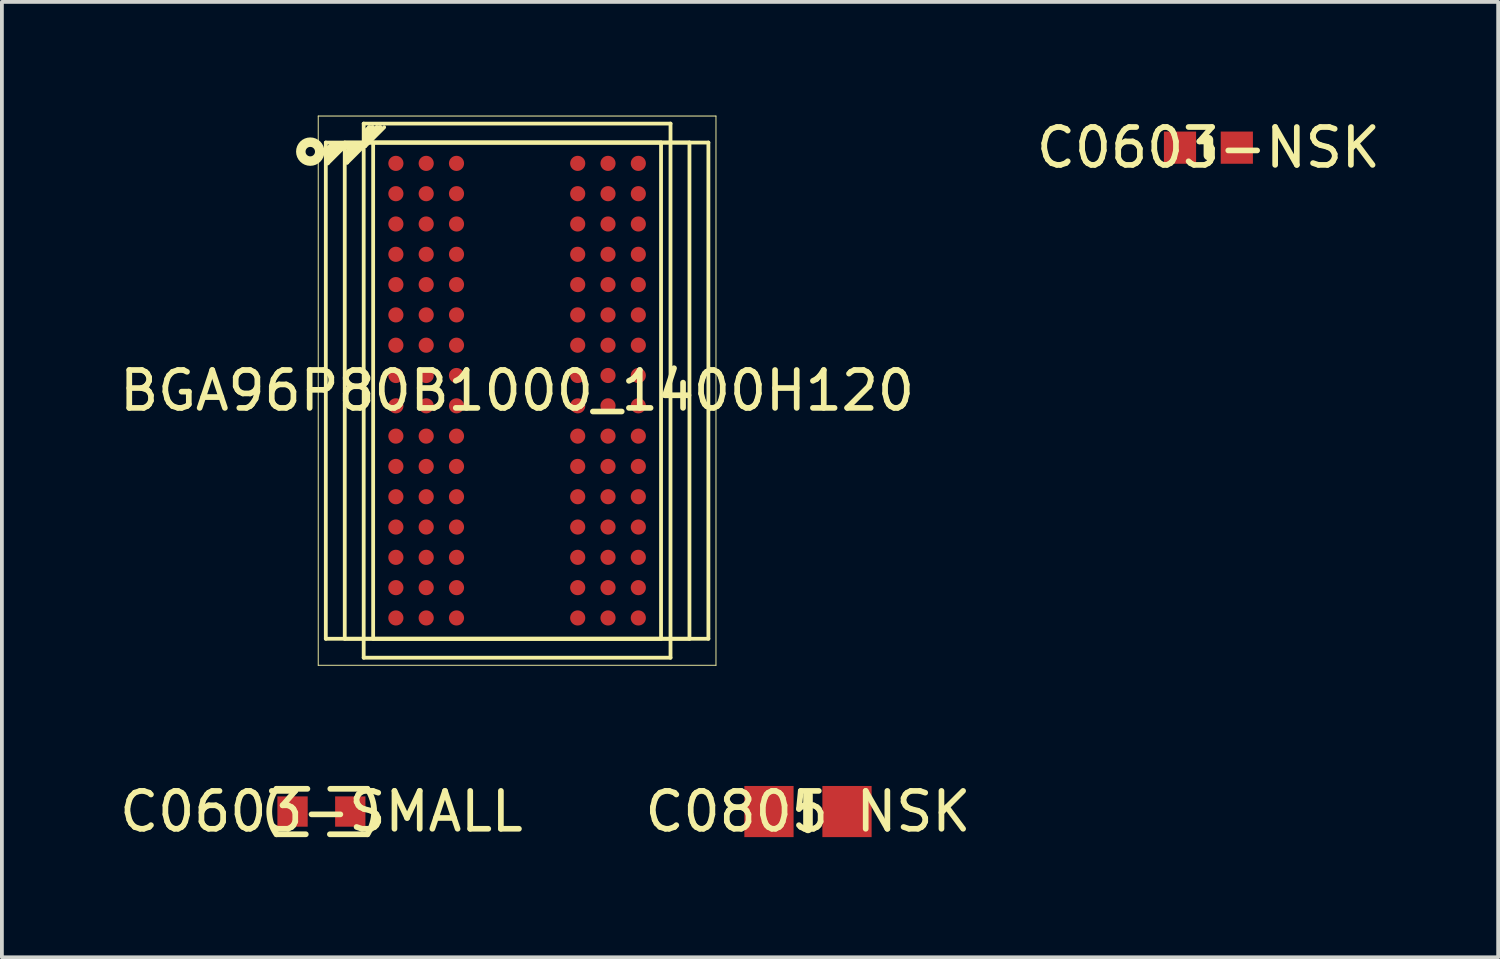
<source format=kicad_pcb>
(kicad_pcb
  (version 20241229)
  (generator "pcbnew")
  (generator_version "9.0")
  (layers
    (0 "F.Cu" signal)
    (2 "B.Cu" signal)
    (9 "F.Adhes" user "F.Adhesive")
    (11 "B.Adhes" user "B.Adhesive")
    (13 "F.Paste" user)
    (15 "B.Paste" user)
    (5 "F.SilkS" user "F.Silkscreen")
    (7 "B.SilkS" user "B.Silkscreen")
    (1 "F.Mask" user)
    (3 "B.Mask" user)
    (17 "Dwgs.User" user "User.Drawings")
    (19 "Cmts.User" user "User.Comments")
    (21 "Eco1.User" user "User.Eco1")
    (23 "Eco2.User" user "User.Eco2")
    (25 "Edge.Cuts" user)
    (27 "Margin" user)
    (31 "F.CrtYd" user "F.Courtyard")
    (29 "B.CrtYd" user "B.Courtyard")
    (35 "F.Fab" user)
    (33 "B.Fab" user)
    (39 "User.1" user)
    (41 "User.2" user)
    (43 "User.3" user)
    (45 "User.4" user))
  (footprint "C0603-NSK"
    (layer "F.Cu")
    (at 28.851 0.848)
    (property "Reference" "C0603-NSK" (at 0 0 0) (layer "F.SilkS") (effects (font (size 1 1) (thickness 0.15))))
    (fp_line (start 0 -0.21) (end 0 0.205) (stroke (width 0.254) (type default)) (layer "F.SilkS"))
    (fp_poly (pts (xy -0.8 0.4) (xy -0.8 -0.4) (xy -0.5 -0.4) (xy -0.5 0.4)) (stroke (width 0.1) (type default)) (fill no) (layer "User.1"))
    (fp_poly (pts (xy 0.8 0.4) (xy 0.8 -0.4) (xy 0.5 -0.4) (xy 0.5 0.4)) (stroke (width 0.1) (type default)) (fill no) (layer "User.1"))
    (fp_line (start -0.8 -0.4) (end 0.8 -0.4) (stroke (width 0.051) (type default)) (layer "User.2"))
    (fp_line (start -0.8 0.4) (end -0.8 -0.4) (stroke (width 0.051) (type default)) (layer "User.2"))
    (fp_line (start 0.8 -0.4) (end 0.8 0.4) (stroke (width 0.051) (type default)) (layer "User.2"))
    (fp_line (start 0.8 0.4) (end -0.8 0.4) (stroke (width 0.051) (type default)) (layer "User.2"))
    (fp_poly (pts (xy -0.74 0.4) (xy -0.758 0.358) (xy -0.8 0.34) (xy -0.842 0.358) (xy -0.86 0.4) (xy -0.842 0.442) (xy -0.8 0.46) (xy -0.758 0.442)) (stroke (width 0.1) (type default)) (fill no) (layer "User.3"))
    (pad "1" smd rect (at -0.75 0) (size 0.85 0.85) (layers "F.Cu" "F.Mask" "F.Paste"))
    (pad "2" smd rect (at 0.75 0) (size 0.85 0.85) (layers "F.Cu" "F.Mask" "F.Paste")))
  (footprint "C0603-SMALL"
    (layer "F.Cu")
    (at 5.435 18.374)
    (property "Reference" "C0603-SMALL" (at 0 0 0) (layer "F.SilkS") (effects (font (size 1 1) (thickness 0.15))))
    (fp_line (start -1.185 -0.6) (end -0.371 -0.6) (stroke (width 0.152) (type default)) (layer "F.SilkS"))
    (fp_line (start -1.185 0.6) (end -0.413 0.6) (stroke (width 0.152) (type default)) (layer "F.SilkS"))
    (fp_line (start 0.224 0.6) (end 1.214 0.6) (stroke (width 0.152) (type default)) (layer "F.SilkS"))
    (fp_line (start 0.235 -0.6) (end 1.214 -0.6) (stroke (width 0.152) (type default)) (layer "F.SilkS"))
    (fp_arc (start -1.186 0.6) (mid -1.377537 0) (end -1.186 -0.6) (stroke (width 0.1525) (type default)) (layer "F.SilkS"))
    (fp_arc (start 1.2135 -0.5995) (mid 1.391104 0) (end 1.2135 0.5995) (stroke (width 0.1525) (type default)) (layer "F.SilkS"))
    (pad "1" smd rect (at -0.762 0) (size 0.8 0.8) (layers "F.Cu" "F.Mask" "F.Paste"))
    (pad "2" smd rect (at 0.762 0) (size 0.8 0.8) (layers "F.Cu" "F.Mask" "F.Paste")))
  (footprint "C0805 NSK"
    (layer "F.Cu")
    (at 18.28 18.374)
    (property "Reference" "C0805 NSK" (at 0 0 0) (layer "F.SilkS") (effects (font (size 1 1) (thickness 0.15))))
    (fp_line (start 0 -0.445) (end 0 0.445) (stroke (width 0.254) (type default)) (layer "F.SilkS"))
    (fp_poly (pts (xy -1.675 0.62) (xy -1.675 -0.66) (xy -1.625 -0.71) (xy -0.475 -0.71) (xy -0.425 -0.66) (xy -0.42 -0.25) (xy -0.87 -0.25) (xy -0.87 0.2) (xy -0.43 0.2) (xy -0.425 0.62) (xy -0.475 0.67) (xy -1.625 0.67)) (stroke (width 0) (type default)) (fill yes) (layer "F.Paste"))
    (fp_poly (pts (xy 0.475 0.62) (xy 0.475 0.2) (xy 0.92 0.2) (xy 0.92 -0.25) (xy 0.48 -0.25) (xy 0.475 -0.66) (xy 0.525 -0.71) (xy 1.675 -0.71) (xy 1.725 -0.66) (xy 1.725 0.62) (xy 1.675 0.67) (xy 0.525 0.67)) (stroke (width 0) (type default)) (fill yes) (layer "F.Paste"))
    (fp_poly (pts (xy -1 0.625) (xy -1 -0.625) (xy -0.5 -0.625) (xy -0.5 0.625)) (stroke (width 0.1) (type default)) (fill no) (layer "User.1"))
    (fp_poly (pts (xy 1 -0.625) (xy 1 0.625) (xy 0.5 0.625) (xy 0.5 -0.625)) (stroke (width 0.1) (type default)) (fill no) (layer "User.1"))
    (fp_line (start -1 -0.625) (end 1 -0.625) (stroke (width 0.051) (type default)) (layer "User.2"))
    (fp_line (start -1 0.625) (end -1 -0.625) (stroke (width 0.051) (type default)) (layer "User.2"))
    (fp_line (start 1 -0.625) (end 1 0.625) (stroke (width 0.051) (type default)) (layer "User.2"))
    (fp_line (start 1 0.625) (end -1 0.625) (stroke (width 0.051) (type default)) (layer "User.2"))
    (fp_poly (pts (xy -0.94 0.625) (xy -0.958 0.583) (xy -1 0.565) (xy -1.042 0.583) (xy -1.06 0.625) (xy -1.042 0.667) (xy -1 0.685) (xy -0.958 0.667)) (stroke (width 0.1) (type default)) (fill no) (layer "User.3"))
    (pad "1" smd rect (at -1.03 0) (size 1.3 1.35) (layers "F.Cu" "F.Mask" "F.Paste"))
    (pad "2" smd rect (at 1.03 0) (size 1.3 1.35) (layers "F.Cu" "F.Mask" "F.Paste")))
  (footprint "BGA96P80B1000_1400H120"
    (layer "F.Cu")
    (at 10.601 7.263)
    (property "Reference" "BGA96P80B1000_1400H120" (at 0 0 0) (layer "F.SilkS") (effects (font (size 1 1) (thickness 0.15))))
    (fp_line (start -5.25 -7.25) (end -5.25 7.25) (stroke (width 0.025) (type default)) (layer "F.SilkS"))
    (fp_line (start -5.05 -6.55) (end -5.05 6.55) (stroke (width 0.1) (type default)) (layer "F.SilkS"))
    (fp_line (start -5 -6.3) (end -5 -6.2) (stroke (width 0.1) (type default)) (layer "F.SilkS"))
    (fp_line (start -5 -6.1) (end -5 -6) (stroke (width 0.1) (type default)) (layer "F.SilkS"))
    (fp_line (start -4.9 -6.5) (end -5 -6.4) (stroke (width 0.1) (type default)) (layer "F.SilkS"))
    (fp_line (start -4.8 -6.5) (end -5 -6.3) (stroke (width 0.1) (type default)) (layer "F.SilkS"))
    (fp_line (start -4.8 -6.5) (end -4.9 -6.5) (stroke (width 0.1) (type default)) (layer "F.SilkS"))
    (fp_line (start -4.7 -6.5) (end -5 -6.2) (stroke (width 0.1) (type default)) (layer "F.SilkS"))
    (fp_line (start -4.6 -6.5) (end -5 -6.1) (stroke (width 0.1) (type default)) (layer "F.SilkS"))
    (fp_line (start -4.6 -6.5) (end -4.7 -6.5) (stroke (width 0.1) (type default)) (layer "F.SilkS"))
    (fp_line (start -4.55 -6.55) (end -4.55 6.55) (stroke (width 0.1) (type default)) (layer "F.SilkS"))
    (fp_line (start -4.5 -6.5) (end -5 -6) (stroke (width 0.1) (type default)) (layer "F.SilkS"))
    (fp_line (start -4.487 -6.319) (end -4.487 -6.218) (stroke (width 0.1) (type default)) (layer "F.SilkS"))
    (fp_line (start -4.487 -6.119) (end -4.487 -6.019) (stroke (width 0.1) (type default)) (layer "F.SilkS"))
    (fp_line (start -4.386 -6.519) (end -4.487 -6.418) (stroke (width 0.1) (type default)) (layer "F.SilkS"))
    (fp_line (start -4.287 -6.519) (end -4.487 -6.319) (stroke (width 0.1) (type default)) (layer "F.SilkS"))
    (fp_line (start -4.287 -6.519) (end -4.386 -6.519) (stroke (width 0.1) (type default)) (layer "F.SilkS"))
    (fp_line (start -4.186 -6.519) (end -4.487 -6.218) (stroke (width 0.1) (type default)) (layer "F.SilkS"))
    (fp_line (start -4.087 -6.519) (end -4.487 -6.119) (stroke (width 0.1) (type default)) (layer "F.SilkS"))
    (fp_line (start -4.087 -6.519) (end -4.186 -6.519) (stroke (width 0.1) (type default)) (layer "F.SilkS"))
    (fp_line (start -4.05 -7.05) (end -4.05 7.05) (stroke (width 0.1) (type default)) (layer "F.SilkS"))
    (fp_line (start -4.009 -6.754) (end -4.009 -6.654) (stroke (width 0.1) (type default)) (layer "F.SilkS"))
    (fp_line (start -4.009 -6.554) (end -4.009 -6.454) (stroke (width 0.1) (type default)) (layer "F.SilkS"))
    (fp_line (start -3.986 -6.519) (end -4.487 -6.019) (stroke (width 0.1) (type default)) (layer "F.SilkS"))
    (fp_line (start -3.909 -6.954) (end -4.009 -6.854) (stroke (width 0.1) (type default)) (layer "F.SilkS"))
    (fp_line (start -3.809 -6.954) (end -4.009 -6.754) (stroke (width 0.1) (type default)) (layer "F.SilkS"))
    (fp_line (start -3.809 -6.954) (end -3.909 -6.954) (stroke (width 0.1) (type default)) (layer "F.SilkS"))
    (fp_line (start -3.8 -6.55) (end -3.8 6.55) (stroke (width 0.1) (type default)) (layer "F.SilkS"))
    (fp_line (start -3.709 -6.954) (end -4.009 -6.654) (stroke (width 0.1) (type default)) (layer "F.SilkS"))
    (fp_line (start -3.609 -6.954) (end -4.009 -6.554) (stroke (width 0.1) (type default)) (layer "F.SilkS"))
    (fp_line (start -3.609 -6.954) (end -3.709 -6.954) (stroke (width 0.1) (type default)) (layer "F.SilkS"))
    (fp_line (start -3.509 -6.954) (end -4.009 -6.454) (stroke (width 0.1) (type default)) (layer "F.SilkS"))
    (fp_line (start 3.8 -6.55) (end -3.8 -6.55) (stroke (width 0.1) (type default)) (layer "F.SilkS"))
    (fp_line (start 3.8 -6.55) (end 3.8 6.55) (stroke (width 0.1) (type default)) (layer "F.SilkS"))
    (fp_line (start 3.8 6.55) (end -3.8 6.55) (stroke (width 0.1) (type default)) (layer "F.SilkS"))
    (fp_line (start 4.05 -7.05) (end -4.05 -7.05) (stroke (width 0.1) (type default)) (layer "F.SilkS"))
    (fp_line (start 4.05 -7.05) (end 4.05 7.05) (stroke (width 0.1) (type default)) (layer "F.SilkS"))
    (fp_line (start 4.05 7.05) (end -4.05 7.05) (stroke (width 0.1) (type default)) (layer "F.SilkS"))
    (fp_line (start 4.55 -6.55) (end -4.55 -6.55) (stroke (width 0.1) (type default)) (layer "F.SilkS"))
    (fp_line (start 4.55 -6.55) (end 4.55 6.55) (stroke (width 0.1) (type default)) (layer "F.SilkS"))
    (fp_line (start 4.55 6.55) (end -4.55 6.55) (stroke (width 0.1) (type default)) (layer "F.SilkS"))
    (fp_line (start 5.05 -6.55) (end -5.05 -6.55) (stroke (width 0.1) (type default)) (layer "F.SilkS"))
    (fp_line (start 5.05 -6.55) (end 5.05 6.55) (stroke (width 0.1) (type default)) (layer "F.SilkS"))
    (fp_line (start 5.05 6.55) (end -5.05 6.55) (stroke (width 0.1) (type default)) (layer "F.SilkS"))
    (fp_line (start 5.25 -7.25) (end -5.25 -7.25) (stroke (width 0.025) (type default)) (layer "F.SilkS"))
    (fp_line (start 5.25 -7.25) (end 5.25 7.25) (stroke (width 0.025) (type default)) (layer "F.SilkS"))
    (fp_line (start 5.25 7.25) (end -5.25 7.25) (stroke (width 0.025) (type default)) (layer "F.SilkS"))
    (fp_circle (center -5.46 -6.31) (end -5.21 -6.31) (stroke (width 0.25) (type default)) (fill no) (layer "F.SilkS"))
    (fp_line (start -5.25 -7.25) (end -5.25 7.25) (stroke (width 0.025) (type default)) (layer "User.1"))
    (fp_line (start -5.1 -7.1) (end -5.1 7.25) (stroke (width 0.025) (type default)) (layer "User.1"))
    (fp_line (start -5.1 7.25) (end -5.25 7.25) (stroke (width 0.025) (type default)) (layer "User.1"))
    (fp_line (start -5.05 -7.05) (end -5.05 7.05) (stroke (width 0.025) (type default)) (layer "User.1"))
    (fp_line (start -5.05 7.1) (end -5.05 7.25) (stroke (width 0.025) (type default)) (layer "User.1"))
    (fp_line (start 5.05 -7.05) (end -5.05 -7.05) (stroke (width 0.025) (type default)) (layer "User.1"))
    (fp_line (start 5.05 -7.05) (end 5.05 7.05) (stroke (width 0.025) (type default)) (layer "User.1"))
    (fp_line (start 5.05 7.05) (end -5.05 7.05) (stroke (width 0.025) (type default)) (layer "User.1"))
    (fp_line (start 5.1 -7.1) (end -5.1 -7.1) (stroke (width 0.025) (type default)) (layer "User.1"))
    (fp_line (start 5.1 -7.1) (end 5.1 7.1) (stroke (width 0.025) (type default)) (layer "User.1"))
    (fp_line (start 5.1 7.1) (end -5.05 7.1) (stroke (width 0.025) (type default)) (layer "User.1"))
    (fp_line (start 5.25 -7.25) (end -5.25 -7.25) (stroke (width 0.025) (type default)) (layer "User.1"))
    (fp_line (start 5.25 -7.25) (end 5.25 7.25) (stroke (width 0.025) (type default)) (layer "User.1"))
    (fp_line (start 5.25 7.25) (end -5.05 7.25) (stroke (width 0.025) (type default)) (layer "User.1"))
    (pad "A1" smd circle (at -3.2 -6) (size 0.4 0.4) (layers "F.Cu" "F.Mask" "F.Paste"))
    (pad "A2" smd circle (at -2.4 -6) (size 0.4 0.4) (layers "F.Cu" "F.Mask" "F.Paste"))
    (pad "A3" smd circle (at -1.6 -6) (size 0.4 0.4) (layers "F.Cu" "F.Mask" "F.Paste"))
    (pad "A7" smd circle (at 1.6 -6) (size 0.4 0.4) (layers "F.Cu" "F.Mask" "F.Paste"))
    (pad "A8" smd circle (at 2.4 -6) (size 0.4 0.4) (layers "F.Cu" "F.Mask" "F.Paste"))
    (pad "A9" smd circle (at 3.2 -6) (size 0.4 0.4) (layers "F.Cu" "F.Mask" "F.Paste"))
    (pad "B1" smd circle (at -3.2 -5.2) (size 0.4 0.4) (layers "F.Cu" "F.Mask" "F.Paste"))
    (pad "B2" smd circle (at -2.4 -5.2) (size 0.4 0.4) (layers "F.Cu" "F.Mask" "F.Paste"))
    (pad "B3" smd circle (at -1.6 -5.2) (size 0.4 0.4) (layers "F.Cu" "F.Mask" "F.Paste"))
    (pad "B7" smd circle (at 1.6 -5.2) (size 0.4 0.4) (layers "F.Cu" "F.Mask" "F.Paste"))
    (pad "B8" smd circle (at 2.4 -5.2) (size 0.4 0.4) (layers "F.Cu" "F.Mask" "F.Paste"))
    (pad "B9" smd circle (at 3.2 -5.2) (size 0.4 0.4) (layers "F.Cu" "F.Mask" "F.Paste"))
    (pad "C1" smd circle (at -3.2 -4.4) (size 0.4 0.4) (layers "F.Cu" "F.Mask" "F.Paste"))
    (pad "C2" smd circle (at -2.4 -4.4) (size 0.4 0.4) (layers "F.Cu" "F.Mask" "F.Paste"))
    (pad "C3" smd circle (at -1.6 -4.4) (size 0.4 0.4) (layers "F.Cu" "F.Mask" "F.Paste"))
    (pad "C7" smd circle (at 1.6 -4.4) (size 0.4 0.4) (layers "F.Cu" "F.Mask" "F.Paste"))
    (pad "C8" smd circle (at 2.4 -4.4) (size 0.4 0.4) (layers "F.Cu" "F.Mask" "F.Paste"))
    (pad "C9" smd circle (at 3.2 -4.4) (size 0.4 0.4) (layers "F.Cu" "F.Mask" "F.Paste"))
    (pad "D1" smd circle (at -3.2 -3.6) (size 0.4 0.4) (layers "F.Cu" "F.Mask" "F.Paste"))
    (pad "D2" smd circle (at -2.4 -3.6) (size 0.4 0.4) (layers "F.Cu" "F.Mask" "F.Paste"))
    (pad "D3" smd circle (at -1.6 -3.6) (size 0.4 0.4) (layers "F.Cu" "F.Mask" "F.Paste"))
    (pad "D7" smd circle (at 1.6 -3.6) (size 0.4 0.4) (layers "F.Cu" "F.Mask" "F.Paste"))
    (pad "D8" smd circle (at 2.4 -3.6) (size 0.4 0.4) (layers "F.Cu" "F.Mask" "F.Paste"))
    (pad "D9" smd circle (at 3.2 -3.6) (size 0.4 0.4) (layers "F.Cu" "F.Mask" "F.Paste"))
    (pad "E1" smd circle (at -3.2 -2.8) (size 0.4 0.4) (layers "F.Cu" "F.Mask" "F.Paste"))
    (pad "E2" smd circle (at -2.4 -2.8) (size 0.4 0.4) (layers "F.Cu" "F.Mask" "F.Paste"))
    (pad "E3" smd circle (at -1.6 -2.8) (size 0.4 0.4) (layers "F.Cu" "F.Mask" "F.Paste"))
    (pad "E7" smd circle (at 1.6 -2.8) (size 0.4 0.4) (layers "F.Cu" "F.Mask" "F.Paste"))
    (pad "E8" smd circle (at 2.4 -2.8) (size 0.4 0.4) (layers "F.Cu" "F.Mask" "F.Paste"))
    (pad "E9" smd circle (at 3.2 -2.8) (size 0.4 0.4) (layers "F.Cu" "F.Mask" "F.Paste"))
    (pad "F1" smd circle (at -3.2 -2) (size 0.4 0.4) (layers "F.Cu" "F.Mask" "F.Paste"))
    (pad "F2" smd circle (at -2.4 -2) (size 0.4 0.4) (layers "F.Cu" "F.Mask" "F.Paste"))
    (pad "F3" smd circle (at -1.6 -2) (size 0.4 0.4) (layers "F.Cu" "F.Mask" "F.Paste"))
    (pad "F7" smd circle (at 1.6 -2) (size 0.4 0.4) (layers "F.Cu" "F.Mask" "F.Paste"))
    (pad "F8" smd circle (at 2.4 -2) (size 0.4 0.4) (layers "F.Cu" "F.Mask" "F.Paste"))
    (pad "F9" smd circle (at 3.2 -2) (size 0.4 0.4) (layers "F.Cu" "F.Mask" "F.Paste"))
    (pad "G1" smd circle (at -3.2 -1.2) (size 0.4 0.4) (layers "F.Cu" "F.Mask" "F.Paste"))
    (pad "G2" smd circle (at -2.4 -1.2) (size 0.4 0.4) (layers "F.Cu" "F.Mask" "F.Paste"))
    (pad "G3" smd circle (at -1.6 -1.2) (size 0.4 0.4) (layers "F.Cu" "F.Mask" "F.Paste"))
    (pad "G7" smd circle (at 1.6 -1.2) (size 0.4 0.4) (layers "F.Cu" "F.Mask" "F.Paste"))
    (pad "G8" smd circle (at 2.4 -1.2) (size 0.4 0.4) (layers "F.Cu" "F.Mask" "F.Paste"))
    (pad "G9" smd circle (at 3.2 -1.2) (size 0.4 0.4) (layers "F.Cu" "F.Mask" "F.Paste"))
    (pad "H1" smd circle (at -3.2 -0.4) (size 0.4 0.4) (layers "F.Cu" "F.Mask" "F.Paste"))
    (pad "H2" smd circle (at -2.4 -0.4) (size 0.4 0.4) (layers "F.Cu" "F.Mask" "F.Paste"))
    (pad "H3" smd circle (at -1.6 -0.4) (size 0.4 0.4) (layers "F.Cu" "F.Mask" "F.Paste"))
    (pad "H7" smd circle (at 1.6 -0.4) (size 0.4 0.4) (layers "F.Cu" "F.Mask" "F.Paste"))
    (pad "H8" smd circle (at 2.4 -0.4) (size 0.4 0.4) (layers "F.Cu" "F.Mask" "F.Paste"))
    (pad "H9" smd circle (at 3.2 -0.4) (size 0.4 0.4) (layers "F.Cu" "F.Mask" "F.Paste"))
    (pad "J1" smd circle (at -3.2 0.4) (size 0.4 0.4) (layers "F.Cu" "F.Mask" "F.Paste"))
    (pad "J2" smd circle (at -2.4 0.4) (size 0.4 0.4) (layers "F.Cu" "F.Mask" "F.Paste"))
    (pad "J3" smd circle (at -1.6 0.4) (size 0.4 0.4) (layers "F.Cu" "F.Mask" "F.Paste"))
    (pad "J7" smd circle (at 1.6 0.4) (size 0.4 0.4) (layers "F.Cu" "F.Mask" "F.Paste"))
    (pad "J8" smd circle (at 2.4 0.4) (size 0.4 0.4) (layers "F.Cu" "F.Mask" "F.Paste"))
    (pad "J9" smd circle (at 3.2 0.4) (size 0.4 0.4) (layers "F.Cu" "F.Mask" "F.Paste"))
    (pad "K1" smd circle (at -3.2 1.2) (size 0.4 0.4) (layers "F.Cu" "F.Mask" "F.Paste"))
    (pad "K2" smd circle (at -2.4 1.2) (size 0.4 0.4) (layers "F.Cu" "F.Mask" "F.Paste"))
    (pad "K3" smd circle (at -1.6 1.2) (size 0.4 0.4) (layers "F.Cu" "F.Mask" "F.Paste"))
    (pad "K7" smd circle (at 1.6 1.2) (size 0.4 0.4) (layers "F.Cu" "F.Mask" "F.Paste"))
    (pad "K8" smd circle (at 2.4 1.2) (size 0.4 0.4) (layers "F.Cu" "F.Mask" "F.Paste"))
    (pad "K9" smd circle (at 3.2 1.2) (size 0.4 0.4) (layers "F.Cu" "F.Mask" "F.Paste"))
    (pad "L1" smd circle (at -3.2 2) (size 0.4 0.4) (layers "F.Cu" "F.Mask" "F.Paste"))
    (pad "L2" smd circle (at -2.4 2) (size 0.4 0.4) (layers "F.Cu" "F.Mask" "F.Paste"))
    (pad "L3" smd circle (at -1.6 2) (size 0.4 0.4) (layers "F.Cu" "F.Mask" "F.Paste"))
    (pad "L7" smd circle (at 1.6 2) (size 0.4 0.4) (layers "F.Cu" "F.Mask" "F.Paste"))
    (pad "L8" smd circle (at 2.4 2) (size 0.4 0.4) (layers "F.Cu" "F.Mask" "F.Paste"))
    (pad "L9" smd circle (at 3.2 2) (size 0.4 0.4) (layers "F.Cu" "F.Mask" "F.Paste"))
    (pad "M1" smd circle (at -3.2 2.8) (size 0.4 0.4) (layers "F.Cu" "F.Mask" "F.Paste"))
    (pad "M2" smd circle (at -2.4 2.8) (size 0.4 0.4) (layers "F.Cu" "F.Mask" "F.Paste"))
    (pad "M3" smd circle (at -1.6 2.8) (size 0.4 0.4) (layers "F.Cu" "F.Mask" "F.Paste"))
    (pad "M7" smd circle (at 1.6 2.8) (size 0.4 0.4) (layers "F.Cu" "F.Mask" "F.Paste"))
    (pad "M8" smd circle (at 2.4 2.8) (size 0.4 0.4) (layers "F.Cu" "F.Mask" "F.Paste"))
    (pad "M9" smd circle (at 3.2 2.8) (size 0.4 0.4) (layers "F.Cu" "F.Mask" "F.Paste"))
    (pad "N1" smd circle (at -3.2 3.6) (size 0.4 0.4) (layers "F.Cu" "F.Mask" "F.Paste"))
    (pad "N2" smd circle (at -2.4 3.6) (size 0.4 0.4) (layers "F.Cu" "F.Mask" "F.Paste"))
    (pad "N3" smd circle (at -1.6 3.6) (size 0.4 0.4) (layers "F.Cu" "F.Mask" "F.Paste"))
    (pad "N7" smd circle (at 1.6 3.6) (size 0.4 0.4) (layers "F.Cu" "F.Mask" "F.Paste"))
    (pad "N8" smd circle (at 2.4 3.6) (size 0.4 0.4) (layers "F.Cu" "F.Mask" "F.Paste"))
    (pad "N9" smd circle (at 3.2 3.6) (size 0.4 0.4) (layers "F.Cu" "F.Mask" "F.Paste"))
    (pad "P1" smd circle (at -3.2 4.4) (size 0.4 0.4) (layers "F.Cu" "F.Mask" "F.Paste"))
    (pad "P2" smd circle (at -2.4 4.4) (size 0.4 0.4) (layers "F.Cu" "F.Mask" "F.Paste"))
    (pad "P3" smd circle (at -1.6 4.4) (size 0.4 0.4) (layers "F.Cu" "F.Mask" "F.Paste"))
    (pad "P7" smd circle (at 1.6 4.4) (size 0.4 0.4) (layers "F.Cu" "F.Mask" "F.Paste"))
    (pad "P8" smd circle (at 2.4 4.4) (size 0.4 0.4) (layers "F.Cu" "F.Mask" "F.Paste"))
    (pad "P9" smd circle (at 3.2 4.4) (size 0.4 0.4) (layers "F.Cu" "F.Mask" "F.Paste"))
    (pad "R1" smd circle (at -3.2 5.2) (size 0.4 0.4) (layers "F.Cu" "F.Mask" "F.Paste"))
    (pad "R2" smd circle (at -2.4 5.2) (size 0.4 0.4) (layers "F.Cu" "F.Mask" "F.Paste"))
    (pad "R3" smd circle (at -1.6 5.2) (size 0.4 0.4) (layers "F.Cu" "F.Mask" "F.Paste"))
    (pad "R7" smd circle (at 1.6 5.2) (size 0.4 0.4) (layers "F.Cu" "F.Mask" "F.Paste"))
    (pad "R8" smd circle (at 2.4 5.2) (size 0.4 0.4) (layers "F.Cu" "F.Mask" "F.Paste"))
    (pad "R9" smd circle (at 3.2 5.2) (size 0.4 0.4) (layers "F.Cu" "F.Mask" "F.Paste"))
    (pad "T1" smd circle (at -3.2 6) (size 0.4 0.4) (layers "F.Cu" "F.Mask" "F.Paste"))
    (pad "T2" smd circle (at -2.4 6) (size 0.4 0.4) (layers "F.Cu" "F.Mask" "F.Paste"))
    (pad "T3" smd circle (at -1.6 6) (size 0.4 0.4) (layers "F.Cu" "F.Mask" "F.Paste"))
    (pad "T7" smd circle (at 1.6 6) (size 0.4 0.4) (layers "F.Cu" "F.Mask" "F.Paste"))
    (pad "T8" smd circle (at 2.4 6) (size 0.4 0.4) (layers "F.Cu" "F.Mask" "F.Paste"))
    (pad "T9" smd circle (at 3.2 6) (size 0.4 0.4) (layers "F.Cu" "F.Mask" "F.Paste")))
  (gr_rect
    (start -3 -3)
    (end 36.5 22.222)
    (stroke (width 0.1) (type default))
    (fill no)
    (layer "Edge.Cuts")))
</source>
